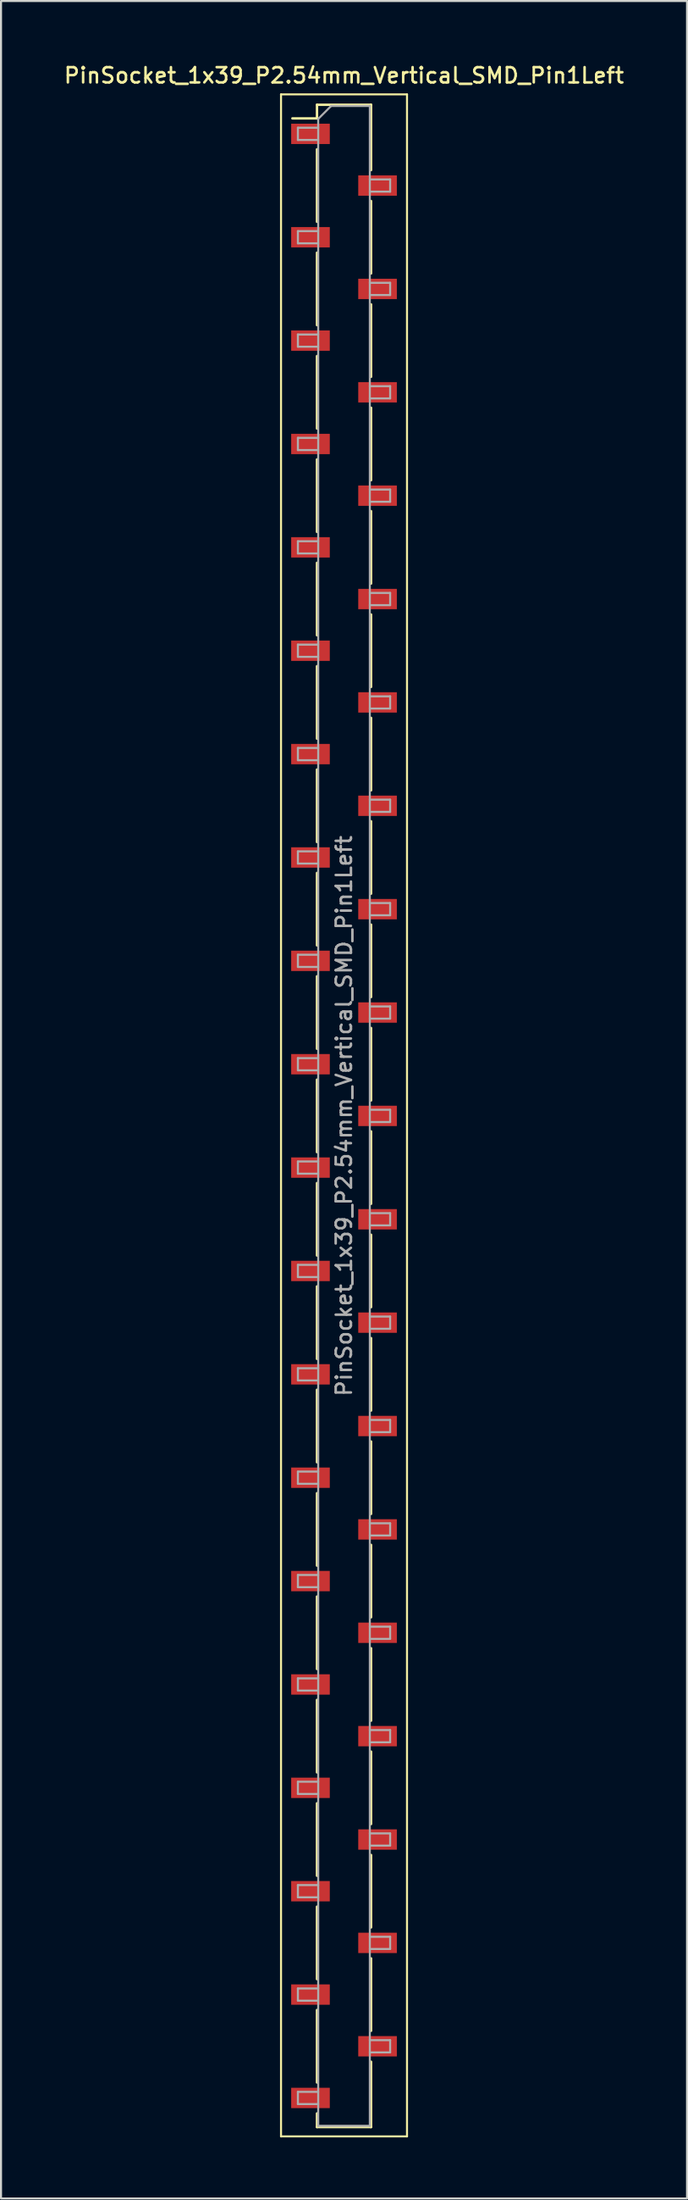
<source format=kicad_pcb>
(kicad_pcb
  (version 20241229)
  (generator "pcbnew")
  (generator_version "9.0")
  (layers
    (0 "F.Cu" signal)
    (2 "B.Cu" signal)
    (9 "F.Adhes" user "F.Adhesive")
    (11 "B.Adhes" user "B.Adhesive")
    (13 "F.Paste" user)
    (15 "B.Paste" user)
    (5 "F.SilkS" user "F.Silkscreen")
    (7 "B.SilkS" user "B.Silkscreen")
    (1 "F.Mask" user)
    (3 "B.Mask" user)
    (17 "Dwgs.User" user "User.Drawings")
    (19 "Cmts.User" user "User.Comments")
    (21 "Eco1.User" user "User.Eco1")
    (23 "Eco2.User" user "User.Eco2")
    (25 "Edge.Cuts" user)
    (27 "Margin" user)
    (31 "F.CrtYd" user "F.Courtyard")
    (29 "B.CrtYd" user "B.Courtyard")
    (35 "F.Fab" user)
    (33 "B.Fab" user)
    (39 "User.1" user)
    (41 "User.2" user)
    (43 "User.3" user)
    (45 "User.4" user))
  (footprint "PinSocket_1x39_P2.54mm_Vertical_SMD_Pin1Left"
    (layer "F.Cu")
    (at 13.88 51.788)
    (property "Reference" "PinSocket_1x39_P2.54mm_Vertical_SMD_Pin1Left" (at 0 -51.13 0) (layer "F.SilkS") (effects (font (size 0.75 0.75) (thickness 0.125))))
    (attr smd)
    (fp_line (start -3.1 -50.2) (end 3.1 -50.2) (stroke (width 0.1) (type solid)) (layer "F.SilkS"))
    (fp_line (start -3.1 50.15) (end -3.1 -50.2) (stroke (width 0.1) (type solid)) (layer "F.SilkS"))
    (fp_line (start -2.54 -49.02) (end -1.33 -49.02) (stroke (width 0.12) (type solid)) (layer "F.SilkS"))
    (fp_line (start -1.33 -49.69) (end -1.33 -49.02) (stroke (width 0.12) (type solid)) (layer "F.SilkS"))
    (fp_line (start -1.33 -49.69) (end 1.33 -49.69) (stroke (width 0.12) (type solid)) (layer "F.SilkS"))
    (fp_line (start -1.33 -47.5) (end -1.33 -43.94) (stroke (width 0.12) (type solid)) (layer "F.SilkS"))
    (fp_line (start -1.33 -42.42) (end -1.33 -38.86) (stroke (width 0.12) (type solid)) (layer "F.SilkS"))
    (fp_line (start -1.33 -37.34) (end -1.33 -33.78) (stroke (width 0.12) (type solid)) (layer "F.SilkS"))
    (fp_line (start -1.33 -32.26) (end -1.33 -28.7) (stroke (width 0.12) (type solid)) (layer "F.SilkS"))
    (fp_line (start -1.33 -27.18) (end -1.33 -23.62) (stroke (width 0.12) (type solid)) (layer "F.SilkS"))
    (fp_line (start -1.33 -22.1) (end -1.33 -18.54) (stroke (width 0.12) (type solid)) (layer "F.SilkS"))
    (fp_line (start -1.33 -17.02) (end -1.33 -13.46) (stroke (width 0.12) (type solid)) (layer "F.SilkS"))
    (fp_line (start -1.33 -11.94) (end -1.33 -8.38) (stroke (width 0.12) (type solid)) (layer "F.SilkS"))
    (fp_line (start -1.33 -6.86) (end -1.33 -3.3) (stroke (width 0.12) (type solid)) (layer "F.SilkS"))
    (fp_line (start -1.33 -1.78) (end -1.33 1.78) (stroke (width 0.12) (type solid)) (layer "F.SilkS"))
    (fp_line (start -1.33 3.3) (end -1.33 6.86) (stroke (width 0.12) (type solid)) (layer "F.SilkS"))
    (fp_line (start -1.33 8.38) (end -1.33 11.94) (stroke (width 0.12) (type solid)) (layer "F.SilkS"))
    (fp_line (start -1.33 13.46) (end -1.33 17.02) (stroke (width 0.12) (type solid)) (layer "F.SilkS"))
    (fp_line (start -1.33 18.54) (end -1.33 22.1) (stroke (width 0.12) (type solid)) (layer "F.SilkS"))
    (fp_line (start -1.33 23.62) (end -1.33 27.18) (stroke (width 0.12) (type solid)) (layer "F.SilkS"))
    (fp_line (start -1.33 28.7) (end -1.33 32.26) (stroke (width 0.12) (type solid)) (layer "F.SilkS"))
    (fp_line (start -1.33 33.78) (end -1.33 37.34) (stroke (width 0.12) (type solid)) (layer "F.SilkS"))
    (fp_line (start -1.33 38.86) (end -1.33 42.42) (stroke (width 0.12) (type solid)) (layer "F.SilkS"))
    (fp_line (start -1.33 43.94) (end -1.33 47.5) (stroke (width 0.12) (type solid)) (layer "F.SilkS"))
    (fp_line (start -1.33 49.02) (end -1.33 49.69) (stroke (width 0.12) (type solid)) (layer "F.SilkS"))
    (fp_line (start -1.33 49.69) (end 1.33 49.69) (stroke (width 0.12) (type solid)) (layer "F.SilkS"))
    (fp_line (start 1.33 -49.69) (end 1.33 -46.48) (stroke (width 0.12) (type solid)) (layer "F.SilkS"))
    (fp_line (start 1.33 -44.96) (end 1.33 -41.4) (stroke (width 0.12) (type solid)) (layer "F.SilkS"))
    (fp_line (start 1.33 -39.88) (end 1.33 -36.32) (stroke (width 0.12) (type solid)) (layer "F.SilkS"))
    (fp_line (start 1.33 -34.8) (end 1.33 -31.24) (stroke (width 0.12) (type solid)) (layer "F.SilkS"))
    (fp_line (start 1.33 -29.72) (end 1.33 -26.16) (stroke (width 0.12) (type solid)) (layer "F.SilkS"))
    (fp_line (start 1.33 -24.64) (end 1.33 -21.08) (stroke (width 0.12) (type solid)) (layer "F.SilkS"))
    (fp_line (start 1.33 -19.56) (end 1.33 -16) (stroke (width 0.12) (type solid)) (layer "F.SilkS"))
    (fp_line (start 1.33 -14.48) (end 1.33 -10.92) (stroke (width 0.12) (type solid)) (layer "F.SilkS"))
    (fp_line (start 1.33 -9.4) (end 1.33 -5.84) (stroke (width 0.12) (type solid)) (layer "F.SilkS"))
    (fp_line (start 1.33 -4.32) (end 1.33 -0.76) (stroke (width 0.12) (type solid)) (layer "F.SilkS"))
    (fp_line (start 1.33 0.76) (end 1.33 4.32) (stroke (width 0.12) (type solid)) (layer "F.SilkS"))
    (fp_line (start 1.33 5.84) (end 1.33 9.4) (stroke (width 0.12) (type solid)) (layer "F.SilkS"))
    (fp_line (start 1.33 10.92) (end 1.33 14.48) (stroke (width 0.12) (type solid)) (layer "F.SilkS"))
    (fp_line (start 1.33 16) (end 1.33 19.56) (stroke (width 0.12) (type solid)) (layer "F.SilkS"))
    (fp_line (start 1.33 21.08) (end 1.33 24.64) (stroke (width 0.12) (type solid)) (layer "F.SilkS"))
    (fp_line (start 1.33 26.16) (end 1.33 29.72) (stroke (width 0.12) (type solid)) (layer "F.SilkS"))
    (fp_line (start 1.33 31.24) (end 1.33 34.8) (stroke (width 0.12) (type solid)) (layer "F.SilkS"))
    (fp_line (start 1.33 36.32) (end 1.33 39.88) (stroke (width 0.12) (type solid)) (layer "F.SilkS"))
    (fp_line (start 1.33 41.4) (end 1.33 44.96) (stroke (width 0.12) (type solid)) (layer "F.SilkS"))
    (fp_line (start 1.33 46.48) (end 1.33 49.69) (stroke (width 0.12) (type solid)) (layer "F.SilkS"))
    (fp_line (start 3.1 -50.2) (end 3.1 50.15) (stroke (width 0.1) (type solid)) (layer "F.SilkS"))
    (fp_line (start 3.1 50.15) (end -3.1 50.15) (stroke (width 0.1) (type solid)) (layer "F.SilkS"))
    (fp_line (start -2.27 -48.56) (end -1.27 -48.56) (stroke (width 0.1) (type solid)) (layer "F.Fab"))
    (fp_line (start -2.27 -47.96) (end -2.27 -48.56) (stroke (width 0.1) (type solid)) (layer "F.Fab"))
    (fp_line (start -2.27 -43.48) (end -1.27 -43.48) (stroke (width 0.1) (type solid)) (layer "F.Fab"))
    (fp_line (start -2.27 -42.88) (end -2.27 -43.48) (stroke (width 0.1) (type solid)) (layer "F.Fab"))
    (fp_line (start -2.27 -38.4) (end -1.27 -38.4) (stroke (width 0.1) (type solid)) (layer "F.Fab"))
    (fp_line (start -2.27 -37.8) (end -2.27 -38.4) (stroke (width 0.1) (type solid)) (layer "F.Fab"))
    (fp_line (start -2.27 -33.32) (end -1.27 -33.32) (stroke (width 0.1) (type solid)) (layer "F.Fab"))
    (fp_line (start -2.27 -32.72) (end -2.27 -33.32) (stroke (width 0.1) (type solid)) (layer "F.Fab"))
    (fp_line (start -2.27 -28.24) (end -1.27 -28.24) (stroke (width 0.1) (type solid)) (layer "F.Fab"))
    (fp_line (start -2.27 -27.64) (end -2.27 -28.24) (stroke (width 0.1) (type solid)) (layer "F.Fab"))
    (fp_line (start -2.27 -23.16) (end -1.27 -23.16) (stroke (width 0.1) (type solid)) (layer "F.Fab"))
    (fp_line (start -2.27 -22.56) (end -2.27 -23.16) (stroke (width 0.1) (type solid)) (layer "F.Fab"))
    (fp_line (start -2.27 -18.08) (end -1.27 -18.08) (stroke (width 0.1) (type solid)) (layer "F.Fab"))
    (fp_line (start -2.27 -17.48) (end -2.27 -18.08) (stroke (width 0.1) (type solid)) (layer "F.Fab"))
    (fp_line (start -2.27 -13) (end -1.27 -13) (stroke (width 0.1) (type solid)) (layer "F.Fab"))
    (fp_line (start -2.27 -12.4) (end -2.27 -13) (stroke (width 0.1) (type solid)) (layer "F.Fab"))
    (fp_line (start -2.27 -7.92) (end -1.27 -7.92) (stroke (width 0.1) (type solid)) (layer "F.Fab"))
    (fp_line (start -2.27 -7.32) (end -2.27 -7.92) (stroke (width 0.1) (type solid)) (layer "F.Fab"))
    (fp_line (start -2.27 -2.84) (end -1.27 -2.84) (stroke (width 0.1) (type solid)) (layer "F.Fab"))
    (fp_line (start -2.27 -2.24) (end -2.27 -2.84) (stroke (width 0.1) (type solid)) (layer "F.Fab"))
    (fp_line (start -2.27 2.24) (end -1.27 2.24) (stroke (width 0.1) (type solid)) (layer "F.Fab"))
    (fp_line (start -2.27 2.84) (end -2.27 2.24) (stroke (width 0.1) (type solid)) (layer "F.Fab"))
    (fp_line (start -2.27 7.32) (end -1.27 7.32) (stroke (width 0.1) (type solid)) (layer "F.Fab"))
    (fp_line (start -2.27 7.92) (end -2.27 7.32) (stroke (width 0.1) (type solid)) (layer "F.Fab"))
    (fp_line (start -2.27 12.4) (end -1.27 12.4) (stroke (width 0.1) (type solid)) (layer "F.Fab"))
    (fp_line (start -2.27 13) (end -2.27 12.4) (stroke (width 0.1) (type solid)) (layer "F.Fab"))
    (fp_line (start -2.27 17.48) (end -1.27 17.48) (stroke (width 0.1) (type solid)) (layer "F.Fab"))
    (fp_line (start -2.27 18.08) (end -2.27 17.48) (stroke (width 0.1) (type solid)) (layer "F.Fab"))
    (fp_line (start -2.27 22.56) (end -1.27 22.56) (stroke (width 0.1) (type solid)) (layer "F.Fab"))
    (fp_line (start -2.27 23.16) (end -2.27 22.56) (stroke (width 0.1) (type solid)) (layer "F.Fab"))
    (fp_line (start -2.27 27.64) (end -1.27 27.64) (stroke (width 0.1) (type solid)) (layer "F.Fab"))
    (fp_line (start -2.27 28.24) (end -2.27 27.64) (stroke (width 0.1) (type solid)) (layer "F.Fab"))
    (fp_line (start -2.27 32.72) (end -1.27 32.72) (stroke (width 0.1) (type solid)) (layer "F.Fab"))
    (fp_line (start -2.27 33.32) (end -2.27 32.72) (stroke (width 0.1) (type solid)) (layer "F.Fab"))
    (fp_line (start -2.27 37.8) (end -1.27 37.8) (stroke (width 0.1) (type solid)) (layer "F.Fab"))
    (fp_line (start -2.27 38.4) (end -2.27 37.8) (stroke (width 0.1) (type solid)) (layer "F.Fab"))
    (fp_line (start -2.27 42.88) (end -1.27 42.88) (stroke (width 0.1) (type solid)) (layer "F.Fab"))
    (fp_line (start -2.27 43.48) (end -2.27 42.88) (stroke (width 0.1) (type solid)) (layer "F.Fab"))
    (fp_line (start -2.27 47.96) (end -1.27 47.96) (stroke (width 0.1) (type solid)) (layer "F.Fab"))
    (fp_line (start -2.27 48.56) (end -2.27 47.96) (stroke (width 0.1) (type solid)) (layer "F.Fab"))
    (fp_line (start -1.27 -48.995) (end -0.635 -49.63) (stroke (width 0.1) (type solid)) (layer "F.Fab"))
    (fp_line (start -1.27 -47.96) (end -2.27 -47.96) (stroke (width 0.1) (type solid)) (layer "F.Fab"))
    (fp_line (start -1.27 -42.88) (end -2.27 -42.88) (stroke (width 0.1) (type solid)) (layer "F.Fab"))
    (fp_line (start -1.27 -37.8) (end -2.27 -37.8) (stroke (width 0.1) (type solid)) (layer "F.Fab"))
    (fp_line (start -1.27 -32.72) (end -2.27 -32.72) (stroke (width 0.1) (type solid)) (layer "F.Fab"))
    (fp_line (start -1.27 -27.64) (end -2.27 -27.64) (stroke (width 0.1) (type solid)) (layer "F.Fab"))
    (fp_line (start -1.27 -22.56) (end -2.27 -22.56) (stroke (width 0.1) (type solid)) (layer "F.Fab"))
    (fp_line (start -1.27 -17.48) (end -2.27 -17.48) (stroke (width 0.1) (type solid)) (layer "F.Fab"))
    (fp_line (start -1.27 -12.4) (end -2.27 -12.4) (stroke (width 0.1) (type solid)) (layer "F.Fab"))
    (fp_line (start -1.27 -7.32) (end -2.27 -7.32) (stroke (width 0.1) (type solid)) (layer "F.Fab"))
    (fp_line (start -1.27 -2.24) (end -2.27 -2.24) (stroke (width 0.1) (type solid)) (layer "F.Fab"))
    (fp_line (start -1.27 2.84) (end -2.27 2.84) (stroke (width 0.1) (type solid)) (layer "F.Fab"))
    (fp_line (start -1.27 7.92) (end -2.27 7.92) (stroke (width 0.1) (type solid)) (layer "F.Fab"))
    (fp_line (start -1.27 13) (end -2.27 13) (stroke (width 0.1) (type solid)) (layer "F.Fab"))
    (fp_line (start -1.27 18.08) (end -2.27 18.08) (stroke (width 0.1) (type solid)) (layer "F.Fab"))
    (fp_line (start -1.27 23.16) (end -2.27 23.16) (stroke (width 0.1) (type solid)) (layer "F.Fab"))
    (fp_line (start -1.27 28.24) (end -2.27 28.24) (stroke (width 0.1) (type solid)) (layer "F.Fab"))
    (fp_line (start -1.27 33.32) (end -2.27 33.32) (stroke (width 0.1) (type solid)) (layer "F.Fab"))
    (fp_line (start -1.27 38.4) (end -2.27 38.4) (stroke (width 0.1) (type solid)) (layer "F.Fab"))
    (fp_line (start -1.27 43.48) (end -2.27 43.48) (stroke (width 0.1) (type solid)) (layer "F.Fab"))
    (fp_line (start -1.27 48.56) (end -2.27 48.56) (stroke (width 0.1) (type solid)) (layer "F.Fab"))
    (fp_line (start -1.27 49.63) (end -1.27 -48.995) (stroke (width 0.1) (type solid)) (layer "F.Fab"))
    (fp_line (start -0.635 -49.63) (end 1.27 -49.63) (stroke (width 0.1) (type solid)) (layer "F.Fab"))
    (fp_line (start 1.27 -49.63) (end 1.27 49.63) (stroke (width 0.1) (type solid)) (layer "F.Fab"))
    (fp_line (start 1.27 -46.02) (end 2.27 -46.02) (stroke (width 0.1) (type solid)) (layer "F.Fab"))
    (fp_line (start 1.27 -40.94) (end 2.27 -40.94) (stroke (width 0.1) (type solid)) (layer "F.Fab"))
    (fp_line (start 1.27 -35.86) (end 2.27 -35.86) (stroke (width 0.1) (type solid)) (layer "F.Fab"))
    (fp_line (start 1.27 -30.78) (end 2.27 -30.78) (stroke (width 0.1) (type solid)) (layer "F.Fab"))
    (fp_line (start 1.27 -25.7) (end 2.27 -25.7) (stroke (width 0.1) (type solid)) (layer "F.Fab"))
    (fp_line (start 1.27 -20.62) (end 2.27 -20.62) (stroke (width 0.1) (type solid)) (layer "F.Fab"))
    (fp_line (start 1.27 -15.54) (end 2.27 -15.54) (stroke (width 0.1) (type solid)) (layer "F.Fab"))
    (fp_line (start 1.27 -10.46) (end 2.27 -10.46) (stroke (width 0.1) (type solid)) (layer "F.Fab"))
    (fp_line (start 1.27 -5.38) (end 2.27 -5.38) (stroke (width 0.1) (type solid)) (layer "F.Fab"))
    (fp_line (start 1.27 -0.3) (end 2.27 -0.3) (stroke (width 0.1) (type solid)) (layer "F.Fab"))
    (fp_line (start 1.27 4.78) (end 2.27 4.78) (stroke (width 0.1) (type solid)) (layer "F.Fab"))
    (fp_line (start 1.27 9.86) (end 2.27 9.86) (stroke (width 0.1) (type solid)) (layer "F.Fab"))
    (fp_line (start 1.27 14.94) (end 2.27 14.94) (stroke (width 0.1) (type solid)) (layer "F.Fab"))
    (fp_line (start 1.27 20.02) (end 2.27 20.02) (stroke (width 0.1) (type solid)) (layer "F.Fab"))
    (fp_line (start 1.27 25.1) (end 2.27 25.1) (stroke (width 0.1) (type solid)) (layer "F.Fab"))
    (fp_line (start 1.27 30.18) (end 2.27 30.18) (stroke (width 0.1) (type solid)) (layer "F.Fab"))
    (fp_line (start 1.27 35.26) (end 2.27 35.26) (stroke (width 0.1) (type solid)) (layer "F.Fab"))
    (fp_line (start 1.27 40.34) (end 2.27 40.34) (stroke (width 0.1) (type solid)) (layer "F.Fab"))
    (fp_line (start 1.27 45.42) (end 2.27 45.42) (stroke (width 0.1) (type solid)) (layer "F.Fab"))
    (fp_line (start 1.27 49.63) (end -1.27 49.63) (stroke (width 0.1) (type solid)) (layer "F.Fab"))
    (fp_line (start 2.27 -46.02) (end 2.27 -45.42) (stroke (width 0.1) (type solid)) (layer "F.Fab"))
    (fp_line (start 2.27 -45.42) (end 1.27 -45.42) (stroke (width 0.1) (type solid)) (layer "F.Fab"))
    (fp_line (start 2.27 -40.94) (end 2.27 -40.34) (stroke (width 0.1) (type solid)) (layer "F.Fab"))
    (fp_line (start 2.27 -40.34) (end 1.27 -40.34) (stroke (width 0.1) (type solid)) (layer "F.Fab"))
    (fp_line (start 2.27 -35.86) (end 2.27 -35.26) (stroke (width 0.1) (type solid)) (layer "F.Fab"))
    (fp_line (start 2.27 -35.26) (end 1.27 -35.26) (stroke (width 0.1) (type solid)) (layer "F.Fab"))
    (fp_line (start 2.27 -30.78) (end 2.27 -30.18) (stroke (width 0.1) (type solid)) (layer "F.Fab"))
    (fp_line (start 2.27 -30.18) (end 1.27 -30.18) (stroke (width 0.1) (type solid)) (layer "F.Fab"))
    (fp_line (start 2.27 -25.7) (end 2.27 -25.1) (stroke (width 0.1) (type solid)) (layer "F.Fab"))
    (fp_line (start 2.27 -25.1) (end 1.27 -25.1) (stroke (width 0.1) (type solid)) (layer "F.Fab"))
    (fp_line (start 2.27 -20.62) (end 2.27 -20.02) (stroke (width 0.1) (type solid)) (layer "F.Fab"))
    (fp_line (start 2.27 -20.02) (end 1.27 -20.02) (stroke (width 0.1) (type solid)) (layer "F.Fab"))
    (fp_line (start 2.27 -15.54) (end 2.27 -14.94) (stroke (width 0.1) (type solid)) (layer "F.Fab"))
    (fp_line (start 2.27 -14.94) (end 1.27 -14.94) (stroke (width 0.1) (type solid)) (layer "F.Fab"))
    (fp_line (start 2.27 -10.46) (end 2.27 -9.86) (stroke (width 0.1) (type solid)) (layer "F.Fab"))
    (fp_line (start 2.27 -9.86) (end 1.27 -9.86) (stroke (width 0.1) (type solid)) (layer "F.Fab"))
    (fp_line (start 2.27 -5.38) (end 2.27 -4.78) (stroke (width 0.1) (type solid)) (layer "F.Fab"))
    (fp_line (start 2.27 -4.78) (end 1.27 -4.78) (stroke (width 0.1) (type solid)) (layer "F.Fab"))
    (fp_line (start 2.27 -0.3) (end 2.27 0.3) (stroke (width 0.1) (type solid)) (layer "F.Fab"))
    (fp_line (start 2.27 0.3) (end 1.27 0.3) (stroke (width 0.1) (type solid)) (layer "F.Fab"))
    (fp_line (start 2.27 4.78) (end 2.27 5.38) (stroke (width 0.1) (type solid)) (layer "F.Fab"))
    (fp_line (start 2.27 5.38) (end 1.27 5.38) (stroke (width 0.1) (type solid)) (layer "F.Fab"))
    (fp_line (start 2.27 9.86) (end 2.27 10.46) (stroke (width 0.1) (type solid)) (layer "F.Fab"))
    (fp_line (start 2.27 10.46) (end 1.27 10.46) (stroke (width 0.1) (type solid)) (layer "F.Fab"))
    (fp_line (start 2.27 14.94) (end 2.27 15.54) (stroke (width 0.1) (type solid)) (layer "F.Fab"))
    (fp_line (start 2.27 15.54) (end 1.27 15.54) (stroke (width 0.1) (type solid)) (layer "F.Fab"))
    (fp_line (start 2.27 20.02) (end 2.27 20.62) (stroke (width 0.1) (type solid)) (layer "F.Fab"))
    (fp_line (start 2.27 20.62) (end 1.27 20.62) (stroke (width 0.1) (type solid)) (layer "F.Fab"))
    (fp_line (start 2.27 25.1) (end 2.27 25.7) (stroke (width 0.1) (type solid)) (layer "F.Fab"))
    (fp_line (start 2.27 25.7) (end 1.27 25.7) (stroke (width 0.1) (type solid)) (layer "F.Fab"))
    (fp_line (start 2.27 30.18) (end 2.27 30.78) (stroke (width 0.1) (type solid)) (layer "F.Fab"))
    (fp_line (start 2.27 30.78) (end 1.27 30.78) (stroke (width 0.1) (type solid)) (layer "F.Fab"))
    (fp_line (start 2.27 35.26) (end 2.27 35.86) (stroke (width 0.1) (type solid)) (layer "F.Fab"))
    (fp_line (start 2.27 35.86) (end 1.27 35.86) (stroke (width 0.1) (type solid)) (layer "F.Fab"))
    (fp_line (start 2.27 40.34) (end 2.27 40.94) (stroke (width 0.1) (type solid)) (layer "F.Fab"))
    (fp_line (start 2.27 40.94) (end 1.27 40.94) (stroke (width 0.1) (type solid)) (layer "F.Fab"))
    (fp_line (start 2.27 45.42) (end 2.27 46.02) (stroke (width 0.1) (type solid)) (layer "F.Fab"))
    (fp_line (start 2.27 46.02) (end 1.27 46.02) (stroke (width 0.1) (type solid)) (layer "F.Fab"))
    (fp_text user "${REFERENCE}" (at 0 0 90) (layer "F.Fab") (effects (font (size 0.75 0.75) (thickness 0.125))))
    (pad "1" smd rect (at -1.65 -48.26) (size 1.9 1) (layers "F.Cu" "F.Mask" "F.Paste"))
    (pad "2" smd rect (at 1.65 -45.72) (size 1.9 1) (layers "F.Cu" "F.Mask" "F.Paste"))
    (pad "3" smd rect (at -1.65 -43.18) (size 1.9 1) (layers "F.Cu" "F.Mask" "F.Paste"))
    (pad "4" smd rect (at 1.65 -40.64) (size 1.9 1) (layers "F.Cu" "F.Mask" "F.Paste"))
    (pad "5" smd rect (at -1.65 -38.1) (size 1.9 1) (layers "F.Cu" "F.Mask" "F.Paste"))
    (pad "6" smd rect (at 1.65 -35.56) (size 1.9 1) (layers "F.Cu" "F.Mask" "F.Paste"))
    (pad "7" smd rect (at -1.65 -33.02) (size 1.9 1) (layers "F.Cu" "F.Mask" "F.Paste"))
    (pad "8" smd rect (at 1.65 -30.48) (size 1.9 1) (layers "F.Cu" "F.Mask" "F.Paste"))
    (pad "9" smd rect (at -1.65 -27.94) (size 1.9 1) (layers "F.Cu" "F.Mask" "F.Paste"))
    (pad "10" smd rect (at 1.65 -25.4) (size 1.9 1) (layers "F.Cu" "F.Mask" "F.Paste"))
    (pad "11" smd rect (at -1.65 -22.86) (size 1.9 1) (layers "F.Cu" "F.Mask" "F.Paste"))
    (pad "12" smd rect (at 1.65 -20.32) (size 1.9 1) (layers "F.Cu" "F.Mask" "F.Paste"))
    (pad "13" smd rect (at -1.65 -17.78) (size 1.9 1) (layers "F.Cu" "F.Mask" "F.Paste"))
    (pad "14" smd rect (at 1.65 -15.24) (size 1.9 1) (layers "F.Cu" "F.Mask" "F.Paste"))
    (pad "15" smd rect (at -1.65 -12.7) (size 1.9 1) (layers "F.Cu" "F.Mask" "F.Paste"))
    (pad "16" smd rect (at 1.65 -10.16) (size 1.9 1) (layers "F.Cu" "F.Mask" "F.Paste"))
    (pad "17" smd rect (at -1.65 -7.62) (size 1.9 1) (layers "F.Cu" "F.Mask" "F.Paste"))
    (pad "18" smd rect (at 1.65 -5.08) (size 1.9 1) (layers "F.Cu" "F.Mask" "F.Paste"))
    (pad "19" smd rect (at -1.65 -2.54) (size 1.9 1) (layers "F.Cu" "F.Mask" "F.Paste"))
    (pad "20" smd rect (at 1.65 0) (size 1.9 1) (layers "F.Cu" "F.Mask" "F.Paste"))
    (pad "21" smd rect (at -1.65 2.54) (size 1.9 1) (layers "F.Cu" "F.Mask" "F.Paste"))
    (pad "22" smd rect (at 1.65 5.08) (size 1.9 1) (layers "F.Cu" "F.Mask" "F.Paste"))
    (pad "23" smd rect (at -1.65 7.62) (size 1.9 1) (layers "F.Cu" "F.Mask" "F.Paste"))
    (pad "24" smd rect (at 1.65 10.16) (size 1.9 1) (layers "F.Cu" "F.Mask" "F.Paste"))
    (pad "25" smd rect (at -1.65 12.7) (size 1.9 1) (layers "F.Cu" "F.Mask" "F.Paste"))
    (pad "26" smd rect (at 1.65 15.24) (size 1.9 1) (layers "F.Cu" "F.Mask" "F.Paste"))
    (pad "27" smd rect (at -1.65 17.78) (size 1.9 1) (layers "F.Cu" "F.Mask" "F.Paste"))
    (pad "28" smd rect (at 1.65 20.32) (size 1.9 1) (layers "F.Cu" "F.Mask" "F.Paste"))
    (pad "29" smd rect (at -1.65 22.86) (size 1.9 1) (layers "F.Cu" "F.Mask" "F.Paste"))
    (pad "30" smd rect (at 1.65 25.4) (size 1.9 1) (layers "F.Cu" "F.Mask" "F.Paste"))
    (pad "31" smd rect (at -1.65 27.94) (size 1.9 1) (layers "F.Cu" "F.Mask" "F.Paste"))
    (pad "32" smd rect (at 1.65 30.48) (size 1.9 1) (layers "F.Cu" "F.Mask" "F.Paste"))
    (pad "33" smd rect (at -1.65 33.02) (size 1.9 1) (layers "F.Cu" "F.Mask" "F.Paste"))
    (pad "34" smd rect (at 1.65 35.56) (size 1.9 1) (layers "F.Cu" "F.Mask" "F.Paste"))
    (pad "35" smd rect (at -1.65 38.1) (size 1.9 1) (layers "F.Cu" "F.Mask" "F.Paste"))
    (pad "36" smd rect (at 1.65 40.64) (size 1.9 1) (layers "F.Cu" "F.Mask" "F.Paste"))
    (pad "37" smd rect (at -1.65 43.18) (size 1.9 1) (layers "F.Cu" "F.Mask" "F.Paste"))
    (pad "38" smd rect (at 1.65 45.72) (size 1.9 1) (layers "F.Cu" "F.Mask" "F.Paste"))
    (pad "39" smd rect (at -1.65 48.26) (size 1.9 1) (layers "F.Cu" "F.Mask" "F.Paste")))
  (gr_rect
    (start -3 -3)
    (end 30.761 104.988)
    (stroke (width 0.1) (type default))
    (fill no)
    (layer "Edge.Cuts")))
</source>
